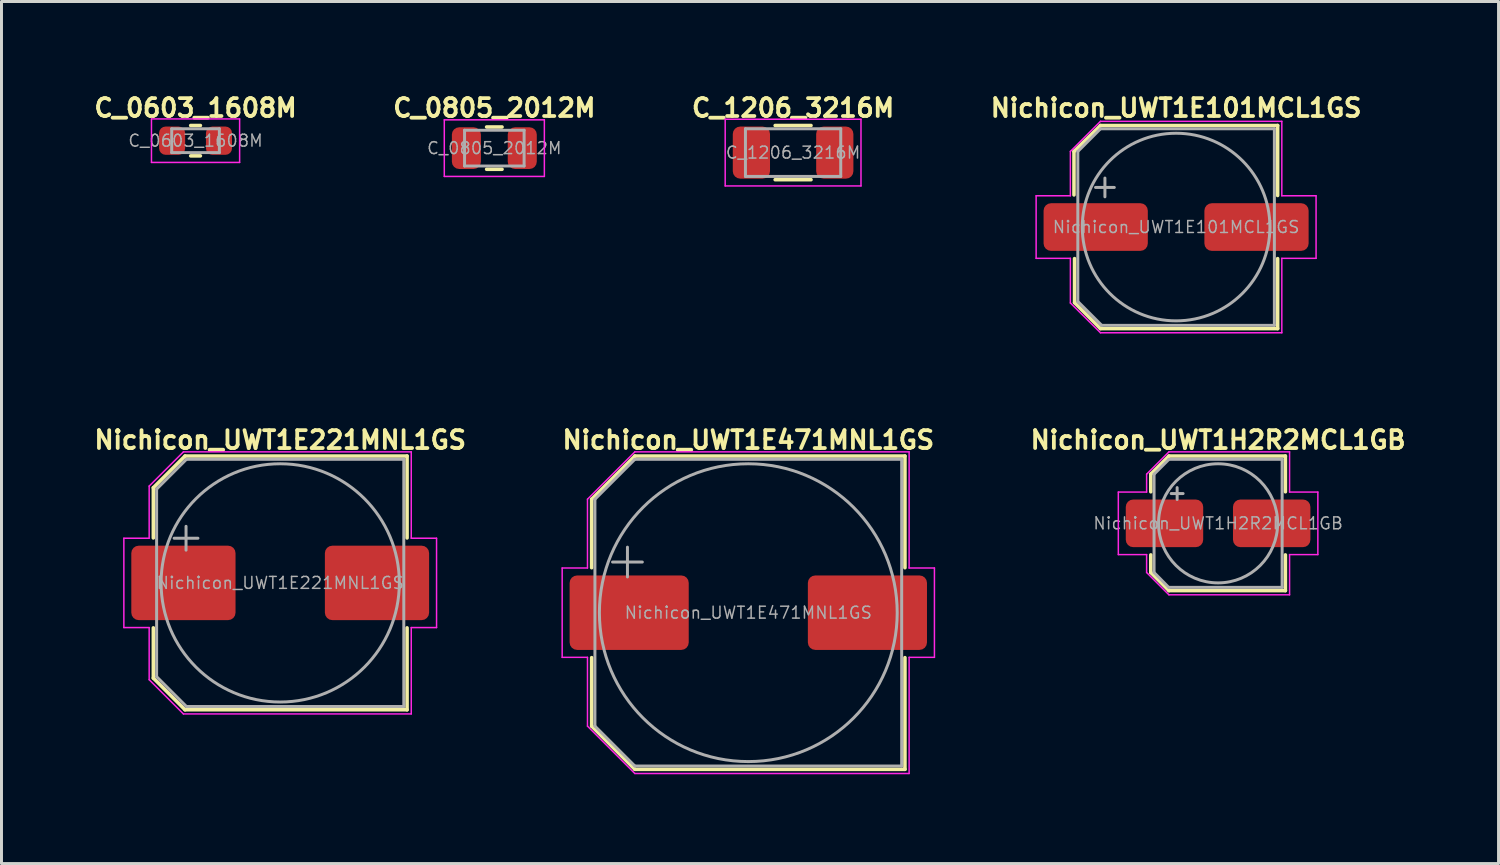
<source format=kicad_pcb>
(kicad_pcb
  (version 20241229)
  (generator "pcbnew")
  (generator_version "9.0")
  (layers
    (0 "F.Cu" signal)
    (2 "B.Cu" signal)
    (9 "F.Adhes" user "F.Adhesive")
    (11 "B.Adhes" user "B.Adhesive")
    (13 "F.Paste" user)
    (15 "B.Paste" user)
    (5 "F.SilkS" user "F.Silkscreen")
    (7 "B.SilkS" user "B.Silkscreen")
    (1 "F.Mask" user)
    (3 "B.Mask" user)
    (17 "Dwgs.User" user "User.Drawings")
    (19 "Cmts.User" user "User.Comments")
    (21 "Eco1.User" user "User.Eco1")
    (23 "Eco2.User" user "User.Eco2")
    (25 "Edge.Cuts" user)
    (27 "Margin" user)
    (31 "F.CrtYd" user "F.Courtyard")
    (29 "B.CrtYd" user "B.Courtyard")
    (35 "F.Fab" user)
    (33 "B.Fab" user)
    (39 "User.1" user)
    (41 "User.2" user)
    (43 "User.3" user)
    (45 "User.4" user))
  (footprint "Nichicon_UWT1E221MNL1GS"
    (layer "F.Cu")
    (at 6.359 16.523)
    (property "Reference" "Nichicon_UWT1E221MNL1GS" (at 0 -4.8 0) (layer "F.SilkS") (effects (font (size 0.6 0.6) (thickness 0.127))))
    (attr smd)
    (fp_line (start -4.26 -3.196) (end -4.26 -1.51) (stroke (width 0.12) (type solid)) (layer "F.SilkS"))
    (fp_line (start -4.26 -3.196) (end -3.196 -4.26) (stroke (width 0.12) (type solid)) (layer "F.SilkS"))
    (fp_line (start -4.26 3.196) (end -4.26 1.51) (stroke (width 0.12) (type solid)) (layer "F.SilkS"))
    (fp_line (start -4.26 3.196) (end -3.196 4.26) (stroke (width 0.12) (type solid)) (layer "F.SilkS"))
    (fp_line (start -3.196 -4.26) (end 4.26 -4.26) (stroke (width 0.12) (type solid)) (layer "F.SilkS"))
    (fp_line (start -3.196 4.26) (end 4.26 4.26) (stroke (width 0.12) (type solid)) (layer "F.SilkS"))
    (fp_line (start 4.26 -4.26) (end 4.26 -1.51) (stroke (width 0.12) (type solid)) (layer "F.SilkS"))
    (fp_line (start 4.26 4.26) (end 4.26 1.51) (stroke (width 0.12) (type solid)) (layer "F.SilkS"))
    (fp_line (start -5.25 -1.5) (end -5.25 1.5) (stroke (width 0.05) (type solid)) (layer "F.CrtYd"))
    (fp_line (start -5.25 1.5) (end -4.4 1.5) (stroke (width 0.05) (type solid)) (layer "F.CrtYd"))
    (fp_line (start -4.4 -3.25) (end -4.4 -1.5) (stroke (width 0.05) (type solid)) (layer "F.CrtYd"))
    (fp_line (start -4.4 -3.25) (end -3.25 -4.4) (stroke (width 0.05) (type solid)) (layer "F.CrtYd"))
    (fp_line (start -4.4 -1.5) (end -5.25 -1.5) (stroke (width 0.05) (type solid)) (layer "F.CrtYd"))
    (fp_line (start -4.4 1.5) (end -4.4 3.25) (stroke (width 0.05) (type solid)) (layer "F.CrtYd"))
    (fp_line (start -4.4 3.25) (end -3.25 4.4) (stroke (width 0.05) (type solid)) (layer "F.CrtYd"))
    (fp_line (start -3.25 -4.4) (end 4.4 -4.4) (stroke (width 0.05) (type solid)) (layer "F.CrtYd"))
    (fp_line (start -3.25 4.4) (end 4.4 4.4) (stroke (width 0.05) (type solid)) (layer "F.CrtYd"))
    (fp_line (start 4.4 -4.4) (end 4.4 -1.5) (stroke (width 0.05) (type solid)) (layer "F.CrtYd"))
    (fp_line (start 4.4 -1.5) (end 5.25 -1.5) (stroke (width 0.05) (type solid)) (layer "F.CrtYd"))
    (fp_line (start 4.4 1.5) (end 4.4 4.4) (stroke (width 0.05) (type solid)) (layer "F.CrtYd"))
    (fp_line (start 5.25 -1.5) (end 5.25 1.5) (stroke (width 0.05) (type solid)) (layer "F.CrtYd"))
    (fp_line (start 5.25 1.5) (end 4.4 1.5) (stroke (width 0.05) (type solid)) (layer "F.CrtYd"))
    (fp_line (start -4.15 -3.15) (end -4.15 3.15) (stroke (width 0.1) (type solid)) (layer "F.Fab"))
    (fp_line (start -4.15 -3.15) (end -3.15 -4.15) (stroke (width 0.1) (type solid)) (layer "F.Fab"))
    (fp_line (start -4.15 3.15) (end -3.15 4.15) (stroke (width 0.1) (type solid)) (layer "F.Fab"))
    (fp_line (start -3.562 -1.5) (end -2.762 -1.5) (stroke (width 0.1) (type solid)) (layer "F.Fab"))
    (fp_line (start -3.162 -1.9) (end -3.162 -1.1) (stroke (width 0.1) (type solid)) (layer "F.Fab"))
    (fp_line (start -3.15 -4.15) (end 4.15 -4.15) (stroke (width 0.1) (type solid)) (layer "F.Fab"))
    (fp_line (start -3.15 4.15) (end 4.15 4.15) (stroke (width 0.1) (type solid)) (layer "F.Fab"))
    (fp_line (start 4.15 -4.15) (end 4.15 4.15) (stroke (width 0.1) (type solid)) (layer "F.Fab"))
    (fp_circle (center 0 0) (end 4 0) (stroke (width 0.1) (type solid)) (fill no) (layer "F.Fab"))
    (fp_text user "${REFERENCE}" (at 0 0 0) (layer "F.Fab") (effects (font (size 0.4 0.4) (thickness 0.05))))
    (pad "1" smd roundrect (at -3.25 0) (size 3.5 2.5) (layers "F.Cu" "F.Mask" "F.Paste") (roundrect_rratio 0.1))
    (pad "2" smd roundrect (at 3.25 0) (size 3.5 2.5) (layers "F.Cu" "F.Mask" "F.Paste") (roundrect_rratio 0.1)))
  (footprint "Nichicon_UWT1E471MNL1GS"
    (layer "F.Cu")
    (at 22.077 17.523)
    (property "Reference" "Nichicon_UWT1E471MNL1GS" (at 0 -5.8 0) (layer "F.SilkS") (effects (font (size 0.6 0.6) (thickness 0.127))))
    (attr smd)
    (fp_line (start -5.26 -3.81) (end -5.26 -1.51) (stroke (width 0.12) (type solid)) (layer "F.SilkS"))
    (fp_line (start -5.26 -3.81) (end -3.81 -5.26) (stroke (width 0.12) (type solid)) (layer "F.SilkS"))
    (fp_line (start -5.26 3.81) (end -5.26 1.51) (stroke (width 0.12) (type solid)) (layer "F.SilkS"))
    (fp_line (start -5.26 3.81) (end -3.81 5.26) (stroke (width 0.12) (type solid)) (layer "F.SilkS"))
    (fp_line (start -3.81 -5.26) (end 5.26 -5.26) (stroke (width 0.12) (type solid)) (layer "F.SilkS"))
    (fp_line (start -3.81 5.26) (end 5.26 5.26) (stroke (width 0.12) (type solid)) (layer "F.SilkS"))
    (fp_line (start 5.26 -5.26) (end 5.26 -1.51) (stroke (width 0.12) (type solid)) (layer "F.SilkS"))
    (fp_line (start 5.26 5.26) (end 5.26 1.51) (stroke (width 0.12) (type solid)) (layer "F.SilkS"))
    (fp_line (start -6.25 -1.5) (end -6.25 1.5) (stroke (width 0.05) (type solid)) (layer "F.CrtYd"))
    (fp_line (start -6.25 1.5) (end -5.4 1.5) (stroke (width 0.05) (type solid)) (layer "F.CrtYd"))
    (fp_line (start -5.4 -3.81) (end -5.4 -1.5) (stroke (width 0.05) (type solid)) (layer "F.CrtYd"))
    (fp_line (start -5.4 -3.81) (end -3.81 -5.4) (stroke (width 0.05) (type solid)) (layer "F.CrtYd"))
    (fp_line (start -5.4 -1.5) (end -6.25 -1.5) (stroke (width 0.05) (type solid)) (layer "F.CrtYd"))
    (fp_line (start -5.4 1.5) (end -5.4 3.81) (stroke (width 0.05) (type solid)) (layer "F.CrtYd"))
    (fp_line (start -5.4 3.81) (end -3.81 5.4) (stroke (width 0.05) (type solid)) (layer "F.CrtYd"))
    (fp_line (start -3.81 -5.4) (end 5.4 -5.4) (stroke (width 0.05) (type solid)) (layer "F.CrtYd"))
    (fp_line (start -3.81 5.4) (end 5.4 5.4) (stroke (width 0.05) (type solid)) (layer "F.CrtYd"))
    (fp_line (start 5.4 -5.4) (end 5.4 -1.5) (stroke (width 0.05) (type solid)) (layer "F.CrtYd"))
    (fp_line (start 5.4 -1.5) (end 6.25 -1.5) (stroke (width 0.05) (type solid)) (layer "F.CrtYd"))
    (fp_line (start 5.4 1.5) (end 5.4 5.4) (stroke (width 0.05) (type solid)) (layer "F.CrtYd"))
    (fp_line (start 6.25 -1.5) (end 6.25 1.5) (stroke (width 0.05) (type solid)) (layer "F.CrtYd"))
    (fp_line (start 6.25 1.5) (end 5.4 1.5) (stroke (width 0.05) (type solid)) (layer "F.CrtYd"))
    (fp_line (start -5.15 -3.81) (end -5.15 3.81) (stroke (width 0.1) (type solid)) (layer "F.Fab"))
    (fp_line (start -5.15 -3.81) (end -3.81 -5.15) (stroke (width 0.1) (type solid)) (layer "F.Fab"))
    (fp_line (start -5.15 3.81) (end -3.81 5.15) (stroke (width 0.1) (type solid)) (layer "F.Fab"))
    (fp_line (start -4.558 -1.7) (end -3.558 -1.7) (stroke (width 0.1) (type solid)) (layer "F.Fab"))
    (fp_line (start -4.058 -2.2) (end -4.058 -1.2) (stroke (width 0.1) (type solid)) (layer "F.Fab"))
    (fp_line (start -3.81 -5.15) (end 5.15 -5.15) (stroke (width 0.1) (type solid)) (layer "F.Fab"))
    (fp_line (start -3.81 5.15) (end 5.15 5.15) (stroke (width 0.1) (type solid)) (layer "F.Fab"))
    (fp_line (start 5.15 -5.15) (end 5.15 5.15) (stroke (width 0.1) (type solid)) (layer "F.Fab"))
    (fp_circle (center 0 0) (end 5 0) (stroke (width 0.1) (type solid)) (fill no) (layer "F.Fab"))
    (fp_text user "${REFERENCE}" (at 0 0 0) (layer "F.Fab") (effects (font (size 0.4 0.4) (thickness 0.05))))
    (pad "1" smd roundrect (at -4 0) (size 4 2.5) (layers "F.Cu" "F.Mask" "F.Paste") (roundrect_rratio 0.1))
    (pad "2" smd roundrect (at 4 0) (size 4 2.5) (layers "F.Cu" "F.Mask" "F.Paste") (roundrect_rratio 0.1)))
  (footprint "C_1206_3216M"
    (layer "F.Cu")
    (at 23.581 2.074)
    (property "Reference" "C_1206_3216M" (at 0 -1.5 0) (layer "F.SilkS") (effects (font (size 0.6 0.6) (thickness 0.127))))
    (attr smd)
    (fp_line (start -0.602 -0.91) (end 0.602 -0.91) (stroke (width 0.12) (type solid)) (layer "F.SilkS"))
    (fp_line (start -0.602 0.91) (end 0.602 0.91) (stroke (width 0.12) (type solid)) (layer "F.SilkS"))
    (fp_line (start -2.28 -1.12) (end 2.28 -1.12) (stroke (width 0.05) (type solid)) (layer "F.CrtYd"))
    (fp_line (start -2.28 1.12) (end -2.28 -1.12) (stroke (width 0.05) (type solid)) (layer "F.CrtYd"))
    (fp_line (start 2.28 -1.12) (end 2.28 1.12) (stroke (width 0.05) (type solid)) (layer "F.CrtYd"))
    (fp_line (start 2.28 1.12) (end -2.28 1.12) (stroke (width 0.05) (type solid)) (layer "F.CrtYd"))
    (fp_line (start -1.6 -0.8) (end 1.6 -0.8) (stroke (width 0.1) (type solid)) (layer "F.Fab"))
    (fp_line (start -1.6 0.8) (end -1.6 -0.8) (stroke (width 0.1) (type solid)) (layer "F.Fab"))
    (fp_line (start 1.6 -0.8) (end 1.6 0.8) (stroke (width 0.1) (type solid)) (layer "F.Fab"))
    (fp_line (start 1.6 0.8) (end -1.6 0.8) (stroke (width 0.1) (type solid)) (layer "F.Fab"))
    (fp_text user "${REFERENCE}" (at 0 0 0) (layer "F.Fab") (effects (font (size 0.4 0.4) (thickness 0.05))))
    (pad "1" smd roundrect (at -1.4 0) (size 1.25 1.75) (layers "F.Cu" "F.Mask" "F.Paste") (roundrect_rratio 0.2))
    (pad "2" smd roundrect (at 1.4 0) (size 1.25 1.75) (layers "F.Cu" "F.Mask" "F.Paste") (roundrect_rratio 0.2)))
  (footprint "Nichicon_UWT1H2R2MCL1GB"
    (layer "F.Cu")
    (at 37.852 14.523)
    (property "Reference" "Nichicon_UWT1H2R2MCL1GB" (at 0 -2.8 0) (layer "F.SilkS") (effects (font (size 0.6 0.6) (thickness 0.127))))
    (attr smd)
    (fp_line (start -2.26 -1.651) (end -2.26 -1.06) (stroke (width 0.12) (type solid)) (layer "F.SilkS"))
    (fp_line (start -2.26 -1.651) (end -1.651 -2.26) (stroke (width 0.12) (type solid)) (layer "F.SilkS"))
    (fp_line (start -2.26 1.651) (end -2.26 1.06) (stroke (width 0.12) (type solid)) (layer "F.SilkS"))
    (fp_line (start -2.26 1.651) (end -1.651 2.26) (stroke (width 0.12) (type solid)) (layer "F.SilkS"))
    (fp_line (start -1.651 -2.26) (end 2.26 -2.26) (stroke (width 0.12) (type solid)) (layer "F.SilkS"))
    (fp_line (start -1.651 2.26) (end 2.26 2.26) (stroke (width 0.12) (type solid)) (layer "F.SilkS"))
    (fp_line (start 2.26 -2.26) (end 2.26 -1.06) (stroke (width 0.12) (type solid)) (layer "F.SilkS"))
    (fp_line (start 2.26 2.26) (end 2.26 1.06) (stroke (width 0.12) (type solid)) (layer "F.SilkS"))
    (fp_line (start -3.35 -1.05) (end -3.35 1.05) (stroke (width 0.05) (type solid)) (layer "F.CrtYd"))
    (fp_line (start -3.35 1.05) (end -2.4 1.05) (stroke (width 0.05) (type solid)) (layer "F.CrtYd"))
    (fp_line (start -2.4 -1.651) (end -2.4 -1.05) (stroke (width 0.05) (type solid)) (layer "F.CrtYd"))
    (fp_line (start -2.4 -1.651) (end -1.651 -2.4) (stroke (width 0.05) (type solid)) (layer "F.CrtYd"))
    (fp_line (start -2.4 -1.05) (end -3.35 -1.05) (stroke (width 0.05) (type solid)) (layer "F.CrtYd"))
    (fp_line (start -2.4 1.05) (end -2.4 1.651) (stroke (width 0.05) (type solid)) (layer "F.CrtYd"))
    (fp_line (start -2.4 1.651) (end -1.651 2.4) (stroke (width 0.05) (type solid)) (layer "F.CrtYd"))
    (fp_line (start -1.651 -2.4) (end 2.4 -2.4) (stroke (width 0.05) (type solid)) (layer "F.CrtYd"))
    (fp_line (start -1.651 2.4) (end 2.4 2.4) (stroke (width 0.05) (type solid)) (layer "F.CrtYd"))
    (fp_line (start 2.4 -2.4) (end 2.4 -1.05) (stroke (width 0.05) (type solid)) (layer "F.CrtYd"))
    (fp_line (start 2.4 -1.05) (end 3.35 -1.05) (stroke (width 0.05) (type solid)) (layer "F.CrtYd"))
    (fp_line (start 2.4 1.05) (end 2.4 2.4) (stroke (width 0.05) (type solid)) (layer "F.CrtYd"))
    (fp_line (start 3.35 -1.05) (end 3.35 1.05) (stroke (width 0.05) (type solid)) (layer "F.CrtYd"))
    (fp_line (start 3.35 1.05) (end 2.4 1.05) (stroke (width 0.05) (type solid)) (layer "F.CrtYd"))
    (fp_line (start -2.15 -1.651) (end -2.15 1.651) (stroke (width 0.1) (type solid)) (layer "F.Fab"))
    (fp_line (start -2.15 -1.651) (end -1.651 -2.15) (stroke (width 0.1) (type solid)) (layer "F.Fab"))
    (fp_line (start -2.15 1.651) (end -1.651 2.159) (stroke (width 0.1) (type solid)) (layer "F.Fab"))
    (fp_line (start -1.651 -2.15) (end 2.15 -2.15) (stroke (width 0.1) (type solid)) (layer "F.Fab"))
    (fp_line (start -1.651 2.15) (end 2.15 2.15) (stroke (width 0.1) (type solid)) (layer "F.Fab"))
    (fp_line (start -1.575 -1) (end -1.175 -1) (stroke (width 0.1) (type solid)) (layer "F.Fab"))
    (fp_line (start -1.375 -1.2) (end -1.375 -0.8) (stroke (width 0.1) (type solid)) (layer "F.Fab"))
    (fp_line (start 2.15 -2.15) (end 2.15 2.15) (stroke (width 0.1) (type solid)) (layer "F.Fab"))
    (fp_circle (center 0 0) (end 2 0) (stroke (width 0.1) (type solid)) (fill no) (layer "F.Fab"))
    (fp_text user "${REFERENCE}" (at 0 0 0) (layer "F.Fab") (effects (font (size 0.4 0.4) (thickness 0.05))))
    (pad "1" smd roundrect (at -1.8 0) (size 2.6 1.6) (layers "F.Cu" "F.Mask" "F.Paste") (roundrect_rratio 0.156))
    (pad "2" smd roundrect (at 1.8 0) (size 2.6 1.6) (layers "F.Cu" "F.Mask" "F.Paste") (roundrect_rratio 0.156)))
  (footprint "C_0805_2012M"
    (layer "F.Cu")
    (at 13.549 1.924)
    (property "Reference" "C_0805_2012M" (at 0 -1.35 0) (layer "F.SilkS") (effects (font (size 0.6 0.6) (thickness 0.127))))
    (attr smd)
    (fp_line (start -0.259 -0.71) (end 0.259 -0.71) (stroke (width 0.12) (type solid)) (layer "F.SilkS"))
    (fp_line (start -0.259 0.71) (end 0.259 0.71) (stroke (width 0.12) (type solid)) (layer "F.SilkS"))
    (fp_line (start -1.68 -0.95) (end 1.68 -0.95) (stroke (width 0.05) (type solid)) (layer "F.CrtYd"))
    (fp_line (start -1.68 0.95) (end -1.68 -0.95) (stroke (width 0.05) (type solid)) (layer "F.CrtYd"))
    (fp_line (start 1.68 -0.95) (end 1.68 0.95) (stroke (width 0.05) (type solid)) (layer "F.CrtYd"))
    (fp_line (start 1.68 0.95) (end -1.68 0.95) (stroke (width 0.05) (type solid)) (layer "F.CrtYd"))
    (fp_line (start -1 -0.6) (end 1 -0.6) (stroke (width 0.1) (type solid)) (layer "F.Fab"))
    (fp_line (start -1 0.6) (end -1 -0.6) (stroke (width 0.1) (type solid)) (layer "F.Fab"))
    (fp_line (start 1 -0.6) (end 1 0.6) (stroke (width 0.1) (type solid)) (layer "F.Fab"))
    (fp_line (start 1 0.6) (end -1 0.6) (stroke (width 0.1) (type solid)) (layer "F.Fab"))
    (fp_text user "${REFERENCE}" (at 0 0 0) (layer "F.Fab") (effects (font (size 0.4 0.4) (thickness 0.05))))
    (pad "1" smd roundrect (at -0.938 0) (size 0.975 1.4) (layers "F.Cu" "F.Mask" "F.Paste") (roundrect_rratio 0.25))
    (pad "2" smd roundrect (at 0.938 0) (size 0.975 1.4) (layers "F.Cu" "F.Mask" "F.Paste") (roundrect_rratio 0.25)))
  (footprint "C_0603_1608M"
    (layer "F.Cu")
    (at 3.516 1.674)
    (property "Reference" "C_0603_1608M" (at 0 -1.1 0) (layer "F.SilkS") (effects (font (size 0.6 0.6) (thickness 0.127))))
    (attr smd)
    (fp_line (start -0.163 -0.51) (end 0.163 -0.51) (stroke (width 0.12) (type solid)) (layer "F.SilkS"))
    (fp_line (start -0.163 0.51) (end 0.163 0.51) (stroke (width 0.12) (type solid)) (layer "F.SilkS"))
    (fp_line (start -1.48 -0.73) (end 1.48 -0.73) (stroke (width 0.05) (type solid)) (layer "F.CrtYd"))
    (fp_line (start -1.48 0.73) (end -1.48 -0.73) (stroke (width 0.05) (type solid)) (layer "F.CrtYd"))
    (fp_line (start 1.48 -0.73) (end 1.48 0.73) (stroke (width 0.05) (type solid)) (layer "F.CrtYd"))
    (fp_line (start 1.48 0.73) (end -1.48 0.73) (stroke (width 0.05) (type solid)) (layer "F.CrtYd"))
    (fp_line (start -0.8 -0.4) (end 0.8 -0.4) (stroke (width 0.1) (type solid)) (layer "F.Fab"))
    (fp_line (start -0.8 0.4) (end -0.8 -0.4) (stroke (width 0.1) (type solid)) (layer "F.Fab"))
    (fp_line (start 0.8 -0.4) (end 0.8 0.4) (stroke (width 0.1) (type solid)) (layer "F.Fab"))
    (fp_line (start 0.8 0.4) (end -0.8 0.4) (stroke (width 0.1) (type solid)) (layer "F.Fab"))
    (fp_text user "${REFERENCE}" (at 0 0 0) (layer "F.Fab") (effects (font (size 0.4 0.4) (thickness 0.05))))
    (pad "1" smd roundrect (at -0.787 0) (size 0.875 0.95) (layers "F.Cu" "F.Mask" "F.Paste") (roundrect_rratio 0.25))
    (pad "2" smd roundrect (at 0.787 0) (size 0.875 0.95) (layers "F.Cu" "F.Mask" "F.Paste") (roundrect_rratio 0.25)))
  (footprint "Nichicon_UWT1E101MCL1GS"
    (layer "F.Cu")
    (at 36.442 4.574)
    (property "Reference" "Nichicon_UWT1E101MCL1GS" (at 0 -4 0) (layer "F.SilkS") (effects (font (size 0.6 0.6) (thickness 0.127))))
    (attr smd)
    (fp_line (start -3.429 -2.54) (end -3.429 -1.079) (stroke (width 0.12) (type solid)) (layer "F.SilkS"))
    (fp_line (start -3.429 -2.54) (end -2.54 -3.41) (stroke (width 0.12) (type solid)) (layer "F.SilkS"))
    (fp_line (start -3.41 2.54) (end -3.41 1.06) (stroke (width 0.12) (type solid)) (layer "F.SilkS"))
    (fp_line (start -3.41 2.54) (end -2.54 3.41) (stroke (width 0.12) (type solid)) (layer "F.SilkS"))
    (fp_line (start -2.54 -3.41) (end 3.41 -3.41) (stroke (width 0.12) (type solid)) (layer "F.SilkS"))
    (fp_line (start -2.54 3.41) (end 3.41 3.41) (stroke (width 0.12) (type solid)) (layer "F.SilkS"))
    (fp_line (start 3.41 -3.41) (end 3.41 -1.06) (stroke (width 0.12) (type solid)) (layer "F.SilkS"))
    (fp_line (start 3.41 3.41) (end 3.41 1.06) (stroke (width 0.12) (type solid)) (layer "F.SilkS"))
    (fp_line (start -4.7 -1.05) (end -4.7 1.05) (stroke (width 0.05) (type solid)) (layer "F.CrtYd"))
    (fp_line (start -4.7 1.05) (end -3.55 1.05) (stroke (width 0.05) (type solid)) (layer "F.CrtYd"))
    (fp_line (start -3.55 -2.54) (end -3.55 -1.05) (stroke (width 0.05) (type solid)) (layer "F.CrtYd"))
    (fp_line (start -3.55 -2.54) (end -2.54 -3.55) (stroke (width 0.05) (type solid)) (layer "F.CrtYd"))
    (fp_line (start -3.55 -1.05) (end -4.7 -1.05) (stroke (width 0.05) (type solid)) (layer "F.CrtYd"))
    (fp_line (start -3.55 1.05) (end -3.55 2.55) (stroke (width 0.05) (type solid)) (layer "F.CrtYd"))
    (fp_line (start -3.55 2.55) (end -2.54 3.55) (stroke (width 0.05) (type solid)) (layer "F.CrtYd"))
    (fp_line (start -2.54 -3.55) (end 3.55 -3.55) (stroke (width 0.05) (type solid)) (layer "F.CrtYd"))
    (fp_line (start -2.54 3.55) (end 3.55 3.55) (stroke (width 0.05) (type solid)) (layer "F.CrtYd"))
    (fp_line (start 3.55 -3.55) (end 3.55 -1.05) (stroke (width 0.05) (type solid)) (layer "F.CrtYd"))
    (fp_line (start 3.55 -1.05) (end 4.7 -1.05) (stroke (width 0.05) (type solid)) (layer "F.CrtYd"))
    (fp_line (start 3.55 1.05) (end 3.55 3.55) (stroke (width 0.05) (type solid)) (layer "F.CrtYd"))
    (fp_line (start 4.7 -1.05) (end 4.7 1.05) (stroke (width 0.05) (type solid)) (layer "F.CrtYd"))
    (fp_line (start 4.7 1.05) (end 3.55 1.05) (stroke (width 0.05) (type solid)) (layer "F.CrtYd"))
    (fp_line (start -3.3 -2.54) (end -3.3 2.5) (stroke (width 0.1) (type solid)) (layer "F.Fab"))
    (fp_line (start -3.3 -2.54) (end -2.54 -3.3) (stroke (width 0.1) (type solid)) (layer "F.Fab"))
    (fp_line (start -3.3 2.5) (end -2.5 3.3) (stroke (width 0.1) (type solid)) (layer "F.Fab"))
    (fp_line (start -2.705 -1.33) (end -2.075 -1.33) (stroke (width 0.1) (type solid)) (layer "F.Fab"))
    (fp_line (start -2.54 -3.3) (end 3.3 -3.3) (stroke (width 0.1) (type solid)) (layer "F.Fab"))
    (fp_line (start -2.5 3.3) (end 3.3 3.3) (stroke (width 0.1) (type solid)) (layer "F.Fab"))
    (fp_line (start -2.39 -1.645) (end -2.39 -1.015) (stroke (width 0.1) (type solid)) (layer "F.Fab"))
    (fp_line (start 3.3 -3.3) (end 3.3 3.3) (stroke (width 0.1) (type solid)) (layer "F.Fab"))
    (fp_circle (center 0 0) (end 3.15 0) (stroke (width 0.1) (type solid)) (fill no) (layer "F.Fab"))
    (fp_text user "${REFERENCE}" (at 0 0 0) (layer "F.Fab") (effects (font (size 0.4 0.4) (thickness 0.05))))
    (pad "1" smd roundrect (at -2.7 0) (size 3.5 1.6) (layers "F.Cu" "F.Mask" "F.Paste") (roundrect_rratio 0.156))
    (pad "2" smd roundrect (at 2.7 0) (size 3.5 1.6) (layers "F.Cu" "F.Mask" "F.Paste") (roundrect_rratio 0.156)))
  (gr_rect
    (start -3 -3)
    (end 47.269 25.948)
    (stroke (width 0.1) (type default))
    (fill no)
    (layer "Edge.Cuts")))
</source>
